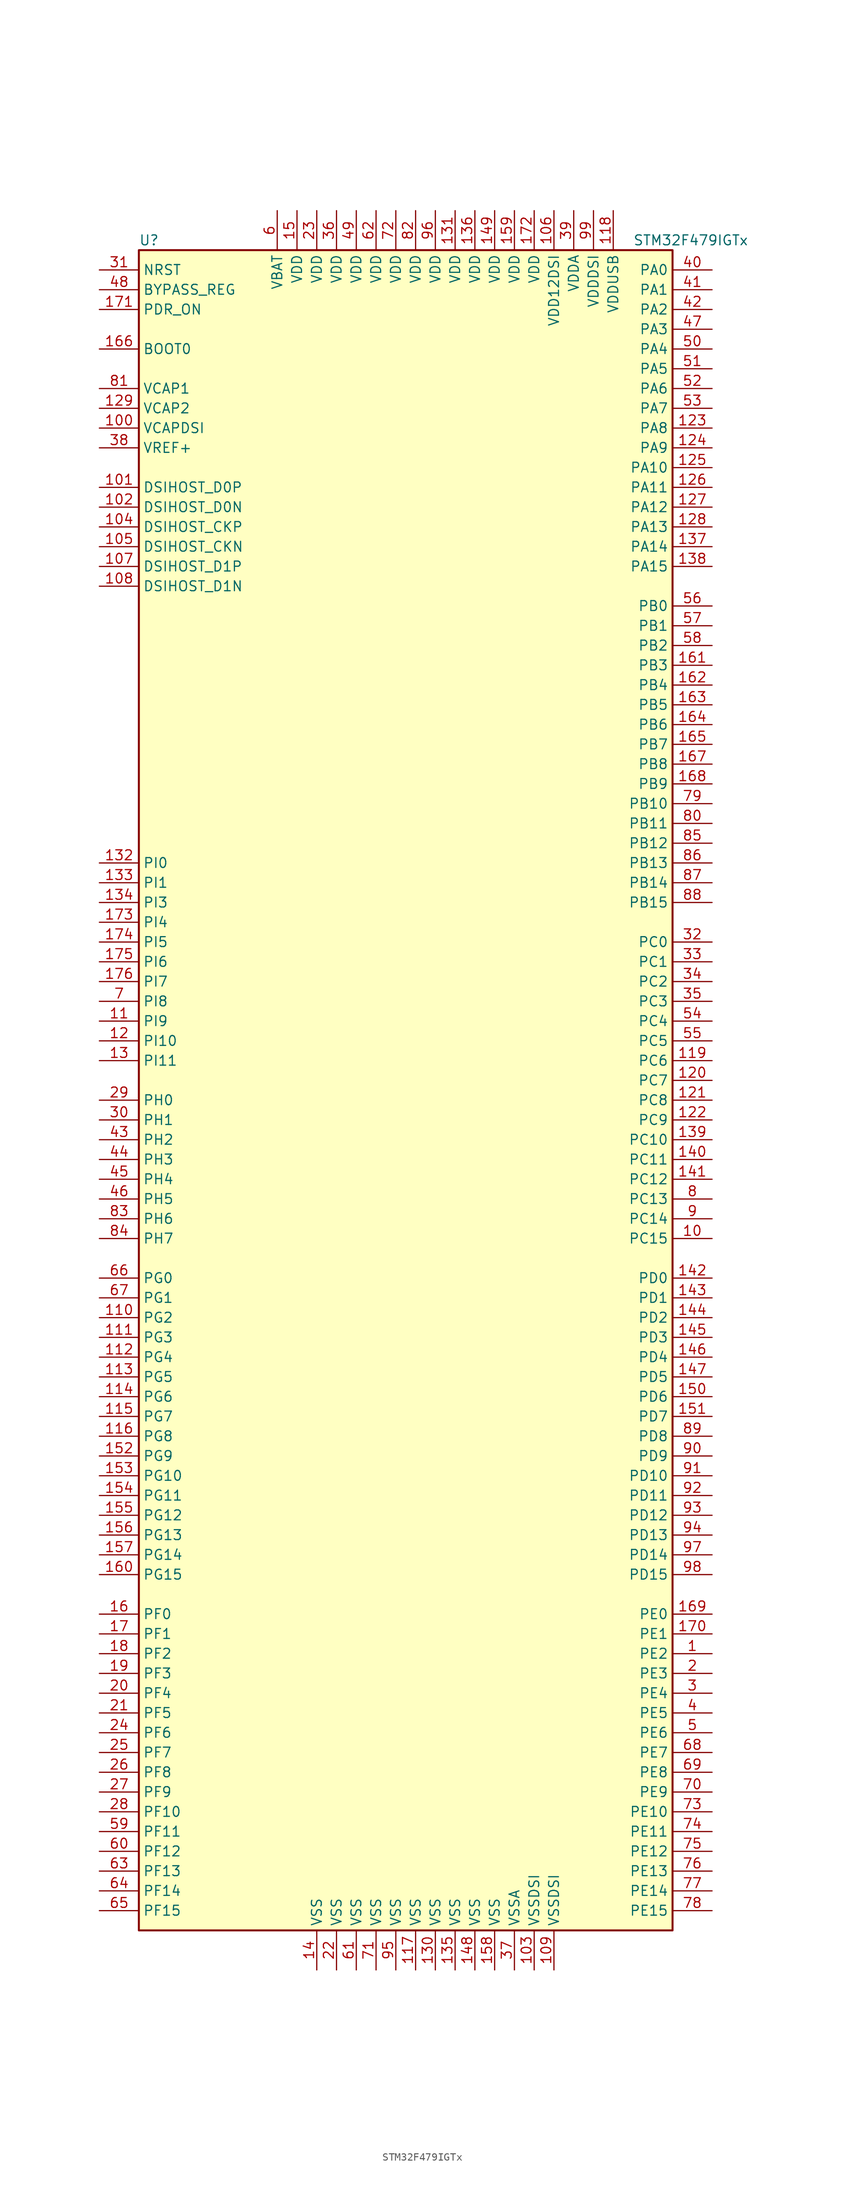
<source format=kicad_sym>
(kicad_symbol_lib
  (version 20201005)
  (generator kicad_symbol_editor)
  (symbol "STM32F479IGTx"
    (property "Reference" "U"
      (at -35.56 107.95 0)
      (effects (font (size 1.27 1.27)) (justify left)))
    (property "Value" "STM32F479IGTx"
      (at 27.94 107.95 0)
      (effects (font (size 1.27 1.27)) (justify left)))
    (symbol "STM32F479IGTx_0_1"
      (rectangle (start -35.56 -109.22) (end 33.02 106.68) (stroke (width 0.254)) (fill (type background))))
    (symbol "STM32F479IGTx_1_1"
      (pin bidirectional line (at 38.1 -73.66 180) (length 5.08) (name "PE2" (effects (font (size 1.27 1.27)))) (number "1" (effects (font (size 1.27 1.27)))))
      (pin bidirectional line (at 38.1 -20.32 180) (length 5.08) (name "PC15" (effects (font (size 1.27 1.27)))) (number "10" (effects (font (size 1.27 1.27)))))
      (pin power_in line (at -40.64 83.82 0) (length 5.08) (name "VCAPDSI" (effects (font (size 1.27 1.27)))) (number "100" (effects (font (size 1.27 1.27)))))
      (pin bidirectional line (at -40.64 76.2 0) (length 5.08) (name "DSIHOST_D0P" (effects (font (size 1.27 1.27)))) (number "101" (effects (font (size 1.27 1.27)))))
      (pin bidirectional line (at -40.64 73.66 0) (length 5.08) (name "DSIHOST_D0N" (effects (font (size 1.27 1.27)))) (number "102" (effects (font (size 1.27 1.27)))))
      (pin power_in line (at 15.24 -114.3 90) (length 5.08) (name "VSSDSI" (effects (font (size 1.27 1.27)))) (number "103" (effects (font (size 1.27 1.27)))))
      (pin bidirectional line (at -40.64 71.12 0) (length 5.08) (name "DSIHOST_CKP" (effects (font (size 1.27 1.27)))) (number "104" (effects (font (size 1.27 1.27)))))
      (pin bidirectional line (at -40.64 68.58 0) (length 5.08) (name "DSIHOST_CKN" (effects (font (size 1.27 1.27)))) (number "105" (effects (font (size 1.27 1.27)))))
      (pin power_in line (at 17.78 111.76 270) (length 5.08) (name "VDD12DSI" (effects (font (size 1.27 1.27)))) (number "106" (effects (font (size 1.27 1.27)))))
      (pin bidirectional line (at -40.64 66.04 0) (length 5.08) (name "DSIHOST_D1P" (effects (font (size 1.27 1.27)))) (number "107" (effects (font (size 1.27 1.27)))))
      (pin bidirectional line (at -40.64 63.5 0) (length 5.08) (name "DSIHOST_D1N" (effects (font (size 1.27 1.27)))) (number "108" (effects (font (size 1.27 1.27)))))
      (pin power_in line (at 17.78 -114.3 90) (length 5.08) (name "VSSDSI" (effects (font (size 1.27 1.27)))) (number "109" (effects (font (size 1.27 1.27)))))
      (pin bidirectional line (at -40.64 7.62 0) (length 5.08) (name "PI9" (effects (font (size 1.27 1.27)))) (number "11" (effects (font (size 1.27 1.27)))))
      (pin bidirectional line (at -40.64 -30.48 0) (length 5.08) (name "PG2" (effects (font (size 1.27 1.27)))) (number "110" (effects (font (size 1.27 1.27)))))
      (pin bidirectional line (at -40.64 -33.02 0) (length 5.08) (name "PG3" (effects (font (size 1.27 1.27)))) (number "111" (effects (font (size 1.27 1.27)))))
      (pin bidirectional line (at -40.64 -35.56 0) (length 5.08) (name "PG4" (effects (font (size 1.27 1.27)))) (number "112" (effects (font (size 1.27 1.27)))))
      (pin bidirectional line (at -40.64 -38.1 0) (length 5.08) (name "PG5" (effects (font (size 1.27 1.27)))) (number "113" (effects (font (size 1.27 1.27)))))
      (pin bidirectional line (at -40.64 -40.64 0) (length 5.08) (name "PG6" (effects (font (size 1.27 1.27)))) (number "114" (effects (font (size 1.27 1.27)))))
      (pin bidirectional line (at -40.64 -43.18 0) (length 5.08) (name "PG7" (effects (font (size 1.27 1.27)))) (number "115" (effects (font (size 1.27 1.27)))))
      (pin bidirectional line (at -40.64 -45.72 0) (length 5.08) (name "PG8" (effects (font (size 1.27 1.27)))) (number "116" (effects (font (size 1.27 1.27)))))
      (pin power_in line (at 0 -114.3 90) (length 5.08) (name "VSS" (effects (font (size 1.27 1.27)))) (number "117" (effects (font (size 1.27 1.27)))))
      (pin power_in line (at 25.4 111.76 270) (length 5.08) (name "VDDUSB" (effects (font (size 1.27 1.27)))) (number "118" (effects (font (size 1.27 1.27)))))
      (pin bidirectional line (at 38.1 2.54 180) (length 5.08) (name "PC6" (effects (font (size 1.27 1.27)))) (number "119" (effects (font (size 1.27 1.27)))))
      (pin bidirectional line (at -40.64 5.08 0) (length 5.08) (name "PI10" (effects (font (size 1.27 1.27)))) (number "12" (effects (font (size 1.27 1.27)))))
      (pin bidirectional line (at 38.1 0 180) (length 5.08) (name "PC7" (effects (font (size 1.27 1.27)))) (number "120" (effects (font (size 1.27 1.27)))))
      (pin bidirectional line (at 38.1 -2.54 180) (length 5.08) (name "PC8" (effects (font (size 1.27 1.27)))) (number "121" (effects (font (size 1.27 1.27)))))
      (pin bidirectional line (at 38.1 -5.08 180) (length 5.08) (name "PC9" (effects (font (size 1.27 1.27)))) (number "122" (effects (font (size 1.27 1.27)))))
      (pin bidirectional line (at 38.1 83.82 180) (length 5.08) (name "PA8" (effects (font (size 1.27 1.27)))) (number "123" (effects (font (size 1.27 1.27)))))
      (pin bidirectional line (at 38.1 81.28 180) (length 5.08) (name "PA9" (effects (font (size 1.27 1.27)))) (number "124" (effects (font (size 1.27 1.27)))))
      (pin bidirectional line (at 38.1 78.74 180) (length 5.08) (name "PA10" (effects (font (size 1.27 1.27)))) (number "125" (effects (font (size 1.27 1.27)))))
      (pin bidirectional line (at 38.1 76.2 180) (length 5.08) (name "PA11" (effects (font (size 1.27 1.27)))) (number "126" (effects (font (size 1.27 1.27)))))
      (pin bidirectional line (at 38.1 73.66 180) (length 5.08) (name "PA12" (effects (font (size 1.27 1.27)))) (number "127" (effects (font (size 1.27 1.27)))))
      (pin bidirectional line (at 38.1 71.12 180) (length 5.08) (name "PA13" (effects (font (size 1.27 1.27)))) (number "128" (effects (font (size 1.27 1.27)))))
      (pin power_in line (at -40.64 86.36 0) (length 5.08) (name "VCAP2" (effects (font (size 1.27 1.27)))) (number "129" (effects (font (size 1.27 1.27)))))
      (pin bidirectional line (at -40.64 2.54 0) (length 5.08) (name "PI11" (effects (font (size 1.27 1.27)))) (number "13" (effects (font (size 1.27 1.27)))))
      (pin power_in line (at 2.54 -114.3 90) (length 5.08) (name "VSS" (effects (font (size 1.27 1.27)))) (number "130" (effects (font (size 1.27 1.27)))))
      (pin power_in line (at 5.08 111.76 270) (length 5.08) (name "VDD" (effects (font (size 1.27 1.27)))) (number "131" (effects (font (size 1.27 1.27)))))
      (pin bidirectional line (at -40.64 27.94 0) (length 5.08) (name "PI0" (effects (font (size 1.27 1.27)))) (number "132" (effects (font (size 1.27 1.27)))))
      (pin bidirectional line (at -40.64 25.4 0) (length 5.08) (name "PI1" (effects (font (size 1.27 1.27)))) (number "133" (effects (font (size 1.27 1.27)))))
      (pin bidirectional line (at -40.64 22.86 0) (length 5.08) (name "PI3" (effects (font (size 1.27 1.27)))) (number "134" (effects (font (size 1.27 1.27)))))
      (pin power_in line (at 5.08 -114.3 90) (length 5.08) (name "VSS" (effects (font (size 1.27 1.27)))) (number "135" (effects (font (size 1.27 1.27)))))
      (pin power_in line (at 7.62 111.76 270) (length 5.08) (name "VDD" (effects (font (size 1.27 1.27)))) (number "136" (effects (font (size 1.27 1.27)))))
      (pin bidirectional line (at 38.1 68.58 180) (length 5.08) (name "PA14" (effects (font (size 1.27 1.27)))) (number "137" (effects (font (size 1.27 1.27)))))
      (pin bidirectional line (at 38.1 66.04 180) (length 5.08) (name "PA15" (effects (font (size 1.27 1.27)))) (number "138" (effects (font (size 1.27 1.27)))))
      (pin bidirectional line (at 38.1 -7.62 180) (length 5.08) (name "PC10" (effects (font (size 1.27 1.27)))) (number "139" (effects (font (size 1.27 1.27)))))
      (pin power_in line (at -12.7 -114.3 90) (length 5.08) (name "VSS" (effects (font (size 1.27 1.27)))) (number "14" (effects (font (size 1.27 1.27)))))
      (pin bidirectional line (at 38.1 -10.16 180) (length 5.08) (name "PC11" (effects (font (size 1.27 1.27)))) (number "140" (effects (font (size 1.27 1.27)))))
      (pin bidirectional line (at 38.1 -12.7 180) (length 5.08) (name "PC12" (effects (font (size 1.27 1.27)))) (number "141" (effects (font (size 1.27 1.27)))))
      (pin bidirectional line (at 38.1 -25.4 180) (length 5.08) (name "PD0" (effects (font (size 1.27 1.27)))) (number "142" (effects (font (size 1.27 1.27)))))
      (pin bidirectional line (at 38.1 -27.94 180) (length 5.08) (name "PD1" (effects (font (size 1.27 1.27)))) (number "143" (effects (font (size 1.27 1.27)))))
      (pin bidirectional line (at 38.1 -30.48 180) (length 5.08) (name "PD2" (effects (font (size 1.27 1.27)))) (number "144" (effects (font (size 1.27 1.27)))))
      (pin bidirectional line (at 38.1 -33.02 180) (length 5.08) (name "PD3" (effects (font (size 1.27 1.27)))) (number "145" (effects (font (size 1.27 1.27)))))
      (pin bidirectional line (at 38.1 -35.56 180) (length 5.08) (name "PD4" (effects (font (size 1.27 1.27)))) (number "146" (effects (font (size 1.27 1.27)))))
      (pin bidirectional line (at 38.1 -38.1 180) (length 5.08) (name "PD5" (effects (font (size 1.27 1.27)))) (number "147" (effects (font (size 1.27 1.27)))))
      (pin power_in line (at 7.62 -114.3 90) (length 5.08) (name "VSS" (effects (font (size 1.27 1.27)))) (number "148" (effects (font (size 1.27 1.27)))))
      (pin power_in line (at 10.16 111.76 270) (length 5.08) (name "VDD" (effects (font (size 1.27 1.27)))) (number "149" (effects (font (size 1.27 1.27)))))
      (pin power_in line (at -15.24 111.76 270) (length 5.08) (name "VDD" (effects (font (size 1.27 1.27)))) (number "15" (effects (font (size 1.27 1.27)))))
      (pin bidirectional line (at 38.1 -40.64 180) (length 5.08) (name "PD6" (effects (font (size 1.27 1.27)))) (number "150" (effects (font (size 1.27 1.27)))))
      (pin bidirectional line (at 38.1 -43.18 180) (length 5.08) (name "PD7" (effects (font (size 1.27 1.27)))) (number "151" (effects (font (size 1.27 1.27)))))
      (pin bidirectional line (at -40.64 -48.26 0) (length 5.08) (name "PG9" (effects (font (size 1.27 1.27)))) (number "152" (effects (font (size 1.27 1.27)))))
      (pin bidirectional line (at -40.64 -50.8 0) (length 5.08) (name "PG10" (effects (font (size 1.27 1.27)))) (number "153" (effects (font (size 1.27 1.27)))))
      (pin bidirectional line (at -40.64 -53.34 0) (length 5.08) (name "PG11" (effects (font (size 1.27 1.27)))) (number "154" (effects (font (size 1.27 1.27)))))
      (pin bidirectional line (at -40.64 -55.88 0) (length 5.08) (name "PG12" (effects (font (size 1.27 1.27)))) (number "155" (effects (font (size 1.27 1.27)))))
      (pin bidirectional line (at -40.64 -58.42 0) (length 5.08) (name "PG13" (effects (font (size 1.27 1.27)))) (number "156" (effects (font (size 1.27 1.27)))))
      (pin bidirectional line (at -40.64 -60.96 0) (length 5.08) (name "PG14" (effects (font (size 1.27 1.27)))) (number "157" (effects (font (size 1.27 1.27)))))
      (pin power_in line (at 10.16 -114.3 90) (length 5.08) (name "VSS" (effects (font (size 1.27 1.27)))) (number "158" (effects (font (size 1.27 1.27)))))
      (pin power_in line (at 12.7 111.76 270) (length 5.08) (name "VDD" (effects (font (size 1.27 1.27)))) (number "159" (effects (font (size 1.27 1.27)))))
      (pin bidirectional line (at -40.64 -68.58 0) (length 5.08) (name "PF0" (effects (font (size 1.27 1.27)))) (number "16" (effects (font (size 1.27 1.27)))))
      (pin bidirectional line (at -40.64 -63.5 0) (length 5.08) (name "PG15" (effects (font (size 1.27 1.27)))) (number "160" (effects (font (size 1.27 1.27)))))
      (pin bidirectional line (at 38.1 53.34 180) (length 5.08) (name "PB3" (effects (font (size 1.27 1.27)))) (number "161" (effects (font (size 1.27 1.27)))))
      (pin bidirectional line (at 38.1 50.8 180) (length 5.08) (name "PB4" (effects (font (size 1.27 1.27)))) (number "162" (effects (font (size 1.27 1.27)))))
      (pin bidirectional line (at 38.1 48.26 180) (length 5.08) (name "PB5" (effects (font (size 1.27 1.27)))) (number "163" (effects (font (size 1.27 1.27)))))
      (pin bidirectional line (at 38.1 45.72 180) (length 5.08) (name "PB6" (effects (font (size 1.27 1.27)))) (number "164" (effects (font (size 1.27 1.27)))))
      (pin bidirectional line (at 38.1 43.18 180) (length 5.08) (name "PB7" (effects (font (size 1.27 1.27)))) (number "165" (effects (font (size 1.27 1.27)))))
      (pin input line (at -40.64 93.98 0) (length 5.08) (name "BOOT0" (effects (font (size 1.27 1.27)))) (number "166" (effects (font (size 1.27 1.27)))))
      (pin bidirectional line (at 38.1 40.64 180) (length 5.08) (name "PB8" (effects (font (size 1.27 1.27)))) (number "167" (effects (font (size 1.27 1.27)))))
      (pin bidirectional line (at 38.1 38.1 180) (length 5.08) (name "PB9" (effects (font (size 1.27 1.27)))) (number "168" (effects (font (size 1.27 1.27)))))
      (pin bidirectional line (at 38.1 -68.58 180) (length 5.08) (name "PE0" (effects (font (size 1.27 1.27)))) (number "169" (effects (font (size 1.27 1.27)))))
      (pin bidirectional line (at -40.64 -71.12 0) (length 5.08) (name "PF1" (effects (font (size 1.27 1.27)))) (number "17" (effects (font (size 1.27 1.27)))))
      (pin bidirectional line (at 38.1 -71.12 180) (length 5.08) (name "PE1" (effects (font (size 1.27 1.27)))) (number "170" (effects (font (size 1.27 1.27)))))
      (pin input line (at -40.64 99.06 0) (length 5.08) (name "PDR_ON" (effects (font (size 1.27 1.27)))) (number "171" (effects (font (size 1.27 1.27)))))
      (pin power_in line (at 15.24 111.76 270) (length 5.08) (name "VDD" (effects (font (size 1.27 1.27)))) (number "172" (effects (font (size 1.27 1.27)))))
      (pin bidirectional line (at -40.64 20.32 0) (length 5.08) (name "PI4" (effects (font (size 1.27 1.27)))) (number "173" (effects (font (size 1.27 1.27)))))
      (pin bidirectional line (at -40.64 17.78 0) (length 5.08) (name "PI5" (effects (font (size 1.27 1.27)))) (number "174" (effects (font (size 1.27 1.27)))))
      (pin bidirectional line (at -40.64 15.24 0) (length 5.08) (name "PI6" (effects (font (size 1.27 1.27)))) (number "175" (effects (font (size 1.27 1.27)))))
      (pin bidirectional line (at -40.64 12.7 0) (length 5.08) (name "PI7" (effects (font (size 1.27 1.27)))) (number "176" (effects (font (size 1.27 1.27)))))
      (pin bidirectional line (at -40.64 -73.66 0) (length 5.08) (name "PF2" (effects (font (size 1.27 1.27)))) (number "18" (effects (font (size 1.27 1.27)))))
      (pin bidirectional line (at -40.64 -76.2 0) (length 5.08) (name "PF3" (effects (font (size 1.27 1.27)))) (number "19" (effects (font (size 1.27 1.27)))))
      (pin bidirectional line (at 38.1 -76.2 180) (length 5.08) (name "PE3" (effects (font (size 1.27 1.27)))) (number "2" (effects (font (size 1.27 1.27)))))
      (pin bidirectional line (at -40.64 -78.74 0) (length 5.08) (name "PF4" (effects (font (size 1.27 1.27)))) (number "20" (effects (font (size 1.27 1.27)))))
      (pin bidirectional line (at -40.64 -81.28 0) (length 5.08) (name "PF5" (effects (font (size 1.27 1.27)))) (number "21" (effects (font (size 1.27 1.27)))))
      (pin power_in line (at -10.16 -114.3 90) (length 5.08) (name "VSS" (effects (font (size 1.27 1.27)))) (number "22" (effects (font (size 1.27 1.27)))))
      (pin power_in line (at -12.7 111.76 270) (length 5.08) (name "VDD" (effects (font (size 1.27 1.27)))) (number "23" (effects (font (size 1.27 1.27)))))
      (pin bidirectional line (at -40.64 -83.82 0) (length 5.08) (name "PF6" (effects (font (size 1.27 1.27)))) (number "24" (effects (font (size 1.27 1.27)))))
      (pin bidirectional line (at -40.64 -86.36 0) (length 5.08) (name "PF7" (effects (font (size 1.27 1.27)))) (number "25" (effects (font (size 1.27 1.27)))))
      (pin bidirectional line (at -40.64 -88.9 0) (length 5.08) (name "PF8" (effects (font (size 1.27 1.27)))) (number "26" (effects (font (size 1.27 1.27)))))
      (pin bidirectional line (at -40.64 -91.44 0) (length 5.08) (name "PF9" (effects (font (size 1.27 1.27)))) (number "27" (effects (font (size 1.27 1.27)))))
      (pin bidirectional line (at -40.64 -93.98 0) (length 5.08) (name "PF10" (effects (font (size 1.27 1.27)))) (number "28" (effects (font (size 1.27 1.27)))))
      (pin input line (at -40.64 -2.54 0) (length 5.08) (name "PH0" (effects (font (size 1.27 1.27)))) (number "29" (effects (font (size 1.27 1.27)))))
      (pin bidirectional line (at 38.1 -78.74 180) (length 5.08) (name "PE4" (effects (font (size 1.27 1.27)))) (number "3" (effects (font (size 1.27 1.27)))))
      (pin input line (at -40.64 -5.08 0) (length 5.08) (name "PH1" (effects (font (size 1.27 1.27)))) (number "30" (effects (font (size 1.27 1.27)))))
      (pin input line (at -40.64 104.14 0) (length 5.08) (name "NRST" (effects (font (size 1.27 1.27)))) (number "31" (effects (font (size 1.27 1.27)))))
      (pin bidirectional line (at 38.1 17.78 180) (length 5.08) (name "PC0" (effects (font (size 1.27 1.27)))) (number "32" (effects (font (size 1.27 1.27)))))
      (pin bidirectional line (at 38.1 15.24 180) (length 5.08) (name "PC1" (effects (font (size 1.27 1.27)))) (number "33" (effects (font (size 1.27 1.27)))))
      (pin bidirectional line (at 38.1 12.7 180) (length 5.08) (name "PC2" (effects (font (size 1.27 1.27)))) (number "34" (effects (font (size 1.27 1.27)))))
      (pin bidirectional line (at 38.1 10.16 180) (length 5.08) (name "PC3" (effects (font (size 1.27 1.27)))) (number "35" (effects (font (size 1.27 1.27)))))
      (pin power_in line (at -10.16 111.76 270) (length 5.08) (name "VDD" (effects (font (size 1.27 1.27)))) (number "36" (effects (font (size 1.27 1.27)))))
      (pin power_in line (at 12.7 -114.3 90) (length 5.08) (name "VSSA" (effects (font (size 1.27 1.27)))) (number "37" (effects (font (size 1.27 1.27)))))
      (pin power_in line (at -40.64 81.28 0) (length 5.08) (name "VREF+" (effects (font (size 1.27 1.27)))) (number "38" (effects (font (size 1.27 1.27)))))
      (pin power_in line (at 20.32 111.76 270) (length 5.08) (name "VDDA" (effects (font (size 1.27 1.27)))) (number "39" (effects (font (size 1.27 1.27)))))
      (pin bidirectional line (at 38.1 -81.28 180) (length 5.08) (name "PE5" (effects (font (size 1.27 1.27)))) (number "4" (effects (font (size 1.27 1.27)))))
      (pin bidirectional line (at 38.1 104.14 180) (length 5.08) (name "PA0" (effects (font (size 1.27 1.27)))) (number "40" (effects (font (size 1.27 1.27)))))
      (pin bidirectional line (at 38.1 101.6 180) (length 5.08) (name "PA1" (effects (font (size 1.27 1.27)))) (number "41" (effects (font (size 1.27 1.27)))))
      (pin bidirectional line (at 38.1 99.06 180) (length 5.08) (name "PA2" (effects (font (size 1.27 1.27)))) (number "42" (effects (font (size 1.27 1.27)))))
      (pin bidirectional line (at -40.64 -7.62 0) (length 5.08) (name "PH2" (effects (font (size 1.27 1.27)))) (number "43" (effects (font (size 1.27 1.27)))))
      (pin bidirectional line (at -40.64 -10.16 0) (length 5.08) (name "PH3" (effects (font (size 1.27 1.27)))) (number "44" (effects (font (size 1.27 1.27)))))
      (pin bidirectional line (at -40.64 -12.7 0) (length 5.08) (name "PH4" (effects (font (size 1.27 1.27)))) (number "45" (effects (font (size 1.27 1.27)))))
      (pin bidirectional line (at -40.64 -15.24 0) (length 5.08) (name "PH5" (effects (font (size 1.27 1.27)))) (number "46" (effects (font (size 1.27 1.27)))))
      (pin bidirectional line (at 38.1 96.52 180) (length 5.08) (name "PA3" (effects (font (size 1.27 1.27)))) (number "47" (effects (font (size 1.27 1.27)))))
      (pin input line (at -40.64 101.6 0) (length 5.08) (name "BYPASS_REG" (effects (font (size 1.27 1.27)))) (number "48" (effects (font (size 1.27 1.27)))))
      (pin power_in line (at -7.62 111.76 270) (length 5.08) (name "VDD" (effects (font (size 1.27 1.27)))) (number "49" (effects (font (size 1.27 1.27)))))
      (pin bidirectional line (at 38.1 -83.82 180) (length 5.08) (name "PE6" (effects (font (size 1.27 1.27)))) (number "5" (effects (font (size 1.27 1.27)))))
      (pin bidirectional line (at 38.1 93.98 180) (length 5.08) (name "PA4" (effects (font (size 1.27 1.27)))) (number "50" (effects (font (size 1.27 1.27)))))
      (pin bidirectional line (at 38.1 91.44 180) (length 5.08) (name "PA5" (effects (font (size 1.27 1.27)))) (number "51" (effects (font (size 1.27 1.27)))))
      (pin bidirectional line (at 38.1 88.9 180) (length 5.08) (name "PA6" (effects (font (size 1.27 1.27)))) (number "52" (effects (font (size 1.27 1.27)))))
      (pin bidirectional line (at 38.1 86.36 180) (length 5.08) (name "PA7" (effects (font (size 1.27 1.27)))) (number "53" (effects (font (size 1.27 1.27)))))
      (pin bidirectional line (at 38.1 7.62 180) (length 5.08) (name "PC4" (effects (font (size 1.27 1.27)))) (number "54" (effects (font (size 1.27 1.27)))))
      (pin bidirectional line (at 38.1 5.08 180) (length 5.08) (name "PC5" (effects (font (size 1.27 1.27)))) (number "55" (effects (font (size 1.27 1.27)))))
      (pin bidirectional line (at 38.1 60.96 180) (length 5.08) (name "PB0" (effects (font (size 1.27 1.27)))) (number "56" (effects (font (size 1.27 1.27)))))
      (pin bidirectional line (at 38.1 58.42 180) (length 5.08) (name "PB1" (effects (font (size 1.27 1.27)))) (number "57" (effects (font (size 1.27 1.27)))))
      (pin bidirectional line (at 38.1 55.88 180) (length 5.08) (name "PB2" (effects (font (size 1.27 1.27)))) (number "58" (effects (font (size 1.27 1.27)))))
      (pin bidirectional line (at -40.64 -96.52 0) (length 5.08) (name "PF11" (effects (font (size 1.27 1.27)))) (number "59" (effects (font (size 1.27 1.27)))))
      (pin power_in line (at -17.78 111.76 270) (length 5.08) (name "VBAT" (effects (font (size 1.27 1.27)))) (number "6" (effects (font (size 1.27 1.27)))))
      (pin bidirectional line (at -40.64 -99.06 0) (length 5.08) (name "PF12" (effects (font (size 1.27 1.27)))) (number "60" (effects (font (size 1.27 1.27)))))
      (pin power_in line (at -7.62 -114.3 90) (length 5.08) (name "VSS" (effects (font (size 1.27 1.27)))) (number "61" (effects (font (size 1.27 1.27)))))
      (pin power_in line (at -5.08 111.76 270) (length 5.08) (name "VDD" (effects (font (size 1.27 1.27)))) (number "62" (effects (font (size 1.27 1.27)))))
      (pin bidirectional line (at -40.64 -101.6 0) (length 5.08) (name "PF13" (effects (font (size 1.27 1.27)))) (number "63" (effects (font (size 1.27 1.27)))))
      (pin bidirectional line (at -40.64 -104.14 0) (length 5.08) (name "PF14" (effects (font (size 1.27 1.27)))) (number "64" (effects (font (size 1.27 1.27)))))
      (pin bidirectional line (at -40.64 -106.68 0) (length 5.08) (name "PF15" (effects (font (size 1.27 1.27)))) (number "65" (effects (font (size 1.27 1.27)))))
      (pin bidirectional line (at -40.64 -25.4 0) (length 5.08) (name "PG0" (effects (font (size 1.27 1.27)))) (number "66" (effects (font (size 1.27 1.27)))))
      (pin bidirectional line (at -40.64 -27.94 0) (length 5.08) (name "PG1" (effects (font (size 1.27 1.27)))) (number "67" (effects (font (size 1.27 1.27)))))
      (pin bidirectional line (at 38.1 -86.36 180) (length 5.08) (name "PE7" (effects (font (size 1.27 1.27)))) (number "68" (effects (font (size 1.27 1.27)))))
      (pin bidirectional line (at 38.1 -88.9 180) (length 5.08) (name "PE8" (effects (font (size 1.27 1.27)))) (number "69" (effects (font (size 1.27 1.27)))))
      (pin bidirectional line (at -40.64 10.16 0) (length 5.08) (name "PI8" (effects (font (size 1.27 1.27)))) (number "7" (effects (font (size 1.27 1.27)))))
      (pin bidirectional line (at 38.1 -91.44 180) (length 5.08) (name "PE9" (effects (font (size 1.27 1.27)))) (number "70" (effects (font (size 1.27 1.27)))))
      (pin power_in line (at -5.08 -114.3 90) (length 5.08) (name "VSS" (effects (font (size 1.27 1.27)))) (number "71" (effects (font (size 1.27 1.27)))))
      (pin power_in line (at -2.54 111.76 270) (length 5.08) (name "VDD" (effects (font (size 1.27 1.27)))) (number "72" (effects (font (size 1.27 1.27)))))
      (pin bidirectional line (at 38.1 -93.98 180) (length 5.08) (name "PE10" (effects (font (size 1.27 1.27)))) (number "73" (effects (font (size 1.27 1.27)))))
      (pin bidirectional line (at 38.1 -96.52 180) (length 5.08) (name "PE11" (effects (font (size 1.27 1.27)))) (number "74" (effects (font (size 1.27 1.27)))))
      (pin bidirectional line (at 38.1 -99.06 180) (length 5.08) (name "PE12" (effects (font (size 1.27 1.27)))) (number "75" (effects (font (size 1.27 1.27)))))
      (pin bidirectional line (at 38.1 -101.6 180) (length 5.08) (name "PE13" (effects (font (size 1.27 1.27)))) (number "76" (effects (font (size 1.27 1.27)))))
      (pin bidirectional line (at 38.1 -104.14 180) (length 5.08) (name "PE14" (effects (font (size 1.27 1.27)))) (number "77" (effects (font (size 1.27 1.27)))))
      (pin bidirectional line (at 38.1 -106.68 180) (length 5.08) (name "PE15" (effects (font (size 1.27 1.27)))) (number "78" (effects (font (size 1.27 1.27)))))
      (pin bidirectional line (at 38.1 35.56 180) (length 5.08) (name "PB10" (effects (font (size 1.27 1.27)))) (number "79" (effects (font (size 1.27 1.27)))))
      (pin bidirectional line (at 38.1 -15.24 180) (length 5.08) (name "PC13" (effects (font (size 1.27 1.27)))) (number "8" (effects (font (size 1.27 1.27)))))
      (pin bidirectional line (at 38.1 33.02 180) (length 5.08) (name "PB11" (effects (font (size 1.27 1.27)))) (number "80" (effects (font (size 1.27 1.27)))))
      (pin power_in line (at -40.64 88.9 0) (length 5.08) (name "VCAP1" (effects (font (size 1.27 1.27)))) (number "81" (effects (font (size 1.27 1.27)))))
      (pin power_in line (at 0 111.76 270) (length 5.08) (name "VDD" (effects (font (size 1.27 1.27)))) (number "82" (effects (font (size 1.27 1.27)))))
      (pin bidirectional line (at -40.64 -17.78 0) (length 5.08) (name "PH6" (effects (font (size 1.27 1.27)))) (number "83" (effects (font (size 1.27 1.27)))))
      (pin bidirectional line (at -40.64 -20.32 0) (length 5.08) (name "PH7" (effects (font (size 1.27 1.27)))) (number "84" (effects (font (size 1.27 1.27)))))
      (pin bidirectional line (at 38.1 30.48 180) (length 5.08) (name "PB12" (effects (font (size 1.27 1.27)))) (number "85" (effects (font (size 1.27 1.27)))))
      (pin bidirectional line (at 38.1 27.94 180) (length 5.08) (name "PB13" (effects (font (size 1.27 1.27)))) (number "86" (effects (font (size 1.27 1.27)))))
      (pin bidirectional line (at 38.1 25.4 180) (length 5.08) (name "PB14" (effects (font (size 1.27 1.27)))) (number "87" (effects (font (size 1.27 1.27)))))
      (pin bidirectional line (at 38.1 22.86 180) (length 5.08) (name "PB15" (effects (font (size 1.27 1.27)))) (number "88" (effects (font (size 1.27 1.27)))))
      (pin bidirectional line (at 38.1 -45.72 180) (length 5.08) (name "PD8" (effects (font (size 1.27 1.27)))) (number "89" (effects (font (size 1.27 1.27)))))
      (pin bidirectional line (at 38.1 -17.78 180) (length 5.08) (name "PC14" (effects (font (size 1.27 1.27)))) (number "9" (effects (font (size 1.27 1.27)))))
      (pin bidirectional line (at 38.1 -48.26 180) (length 5.08) (name "PD9" (effects (font (size 1.27 1.27)))) (number "90" (effects (font (size 1.27 1.27)))))
      (pin bidirectional line (at 38.1 -50.8 180) (length 5.08) (name "PD10" (effects (font (size 1.27 1.27)))) (number "91" (effects (font (size 1.27 1.27)))))
      (pin bidirectional line (at 38.1 -53.34 180) (length 5.08) (name "PD11" (effects (font (size 1.27 1.27)))) (number "92" (effects (font (size 1.27 1.27)))))
      (pin bidirectional line (at 38.1 -55.88 180) (length 5.08) (name "PD12" (effects (font (size 1.27 1.27)))) (number "93" (effects (font (size 1.27 1.27)))))
      (pin bidirectional line (at 38.1 -58.42 180) (length 5.08) (name "PD13" (effects (font (size 1.27 1.27)))) (number "94" (effects (font (size 1.27 1.27)))))
      (pin power_in line (at -2.54 -114.3 90) (length 5.08) (name "VSS" (effects (font (size 1.27 1.27)))) (number "95" (effects (font (size 1.27 1.27)))))
      (pin power_in line (at 2.54 111.76 270) (length 5.08) (name "VDD" (effects (font (size 1.27 1.27)))) (number "96" (effects (font (size 1.27 1.27)))))
      (pin bidirectional line (at 38.1 -60.96 180) (length 5.08) (name "PD14" (effects (font (size 1.27 1.27)))) (number "97" (effects (font (size 1.27 1.27)))))
      (pin bidirectional line (at 38.1 -63.5 180) (length 5.08) (name "PD15" (effects (font (size 1.27 1.27)))) (number "98" (effects (font (size 1.27 1.27)))))
      (pin power_in line (at 22.86 111.76 270) (length 5.08) (name "VDDDSI" (effects (font (size 1.27 1.27)))) (number "99" (effects (font (size 1.27 1.27))))))))
</source>
